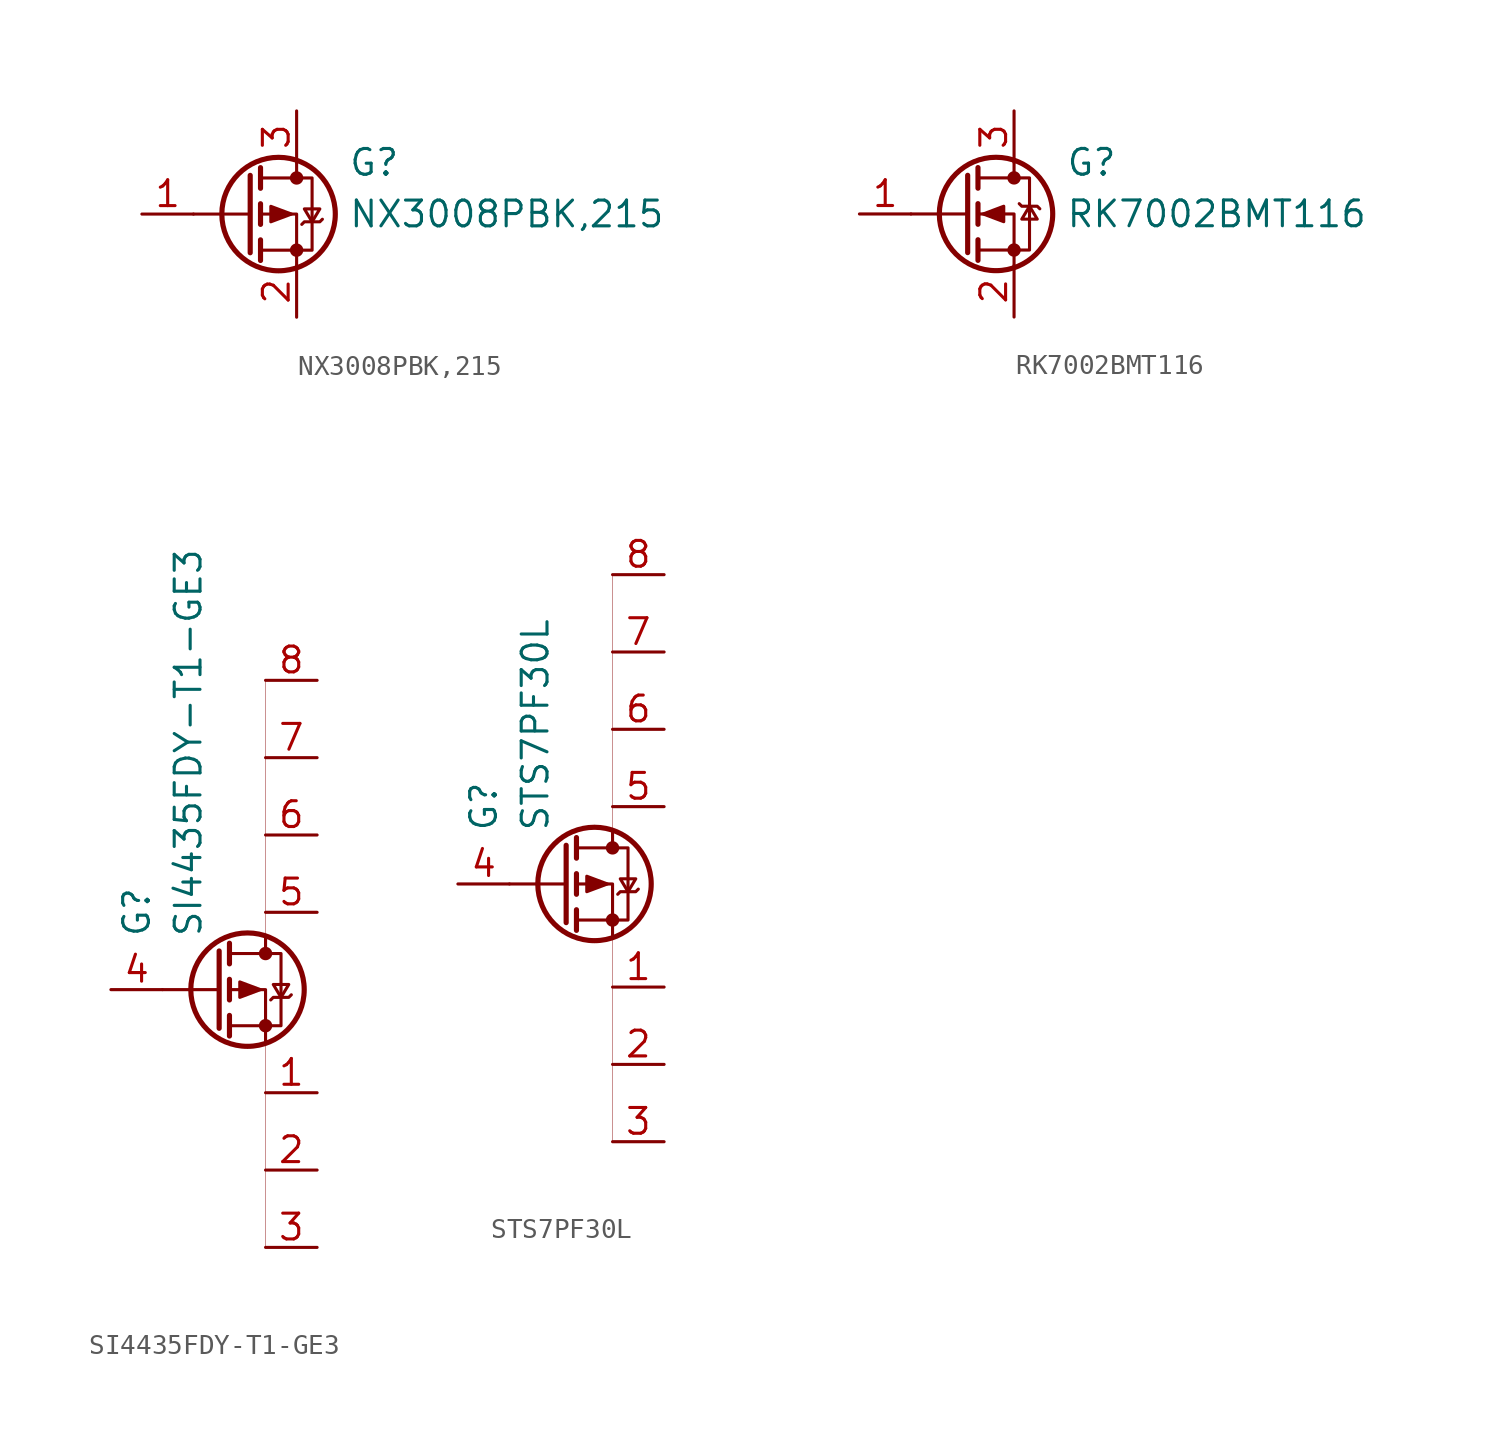
<source format=kicad_sym>
(kicad_symbol_lib
  (version 20210619)
  (generator kicad_symbol_editor)
  (symbol "Transistor_FET_custom:NX3008PBK,215"
    (property "Reference" "G"
      (at 2.54 2.54 0)
      (effects (font (size 1.27 1.27)) (justify left)))
    (property "Value" "NX3008PBK,215"
      (at 2.54 0 0)
      (effects (font (size 1.27 1.27)) (justify left)))
    (symbol "NX3008PBK,215_0_1"
      (circle (center -0.889 0) (radius 2.794) (stroke (width 0.254)) (fill (type none)))
      (circle (center 0 -1.778) (radius 0.254) (stroke (width 0)) (fill (type outline)))
      (circle (center 0 1.778) (radius 0.254) (stroke (width 0)) (fill (type outline)))
      (polyline (pts (xy -2.286 0) (xy -5.08 0)) (stroke (width 0)) (fill (type none)))
      (polyline (pts (xy -2.286 1.905) (xy -2.286 -1.905)) (stroke (width 0.254)) (fill (type none)))
      (polyline (pts (xy -1.778 -1.27) (xy -1.778 -2.286)) (stroke (width 0.254)) (fill (type none)))
      (polyline (pts (xy -1.778 0.508) (xy -1.778 -0.508)) (stroke (width 0.254)) (fill (type none)))
      (polyline (pts (xy -1.778 2.286) (xy -1.778 1.27)) (stroke (width 0.254)) (fill (type none)))
      (polyline (pts (xy 0 2.54) (xy 0 1.778)) (stroke (width 0)) (fill (type none)))
      (polyline (pts (xy 0 -2.54) (xy 0 0) (xy -1.778 0)) (stroke (width 0)) (fill (type none)))
      (polyline (pts (xy -1.778 1.778) (xy 0.762 1.778) (xy 0.762 -1.778) (xy -1.778 -1.778)) (stroke (width 0)) (fill (type none)))
      (polyline (pts (xy 0.254 -0.508) (xy 0.381 -0.381) (xy 1.143 -0.381) (xy 1.27 -0.254)) (stroke (width 0)) (fill (type none)))
      (polyline (pts (xy 0.762 -0.381) (xy 0.381 0.254) (xy 1.143 0.254) (xy 0.762 -0.381)) (stroke (width 0)) (fill (type none)))
      (polyline (pts (xy -0.254 0) (xy -1.27 0.381) (xy -1.27 -0.381) (xy -0.254 0)) (stroke (width 0)) (fill (type outline))))
    (symbol "NX3008PBK,215_1_1"
      (pin input line (at -7.62 0 0) (length 2.54) (name "" (effects (font (size 1.27 1.27)))) (number "1" (effects (font (size 1.27 1.27)))))
      (pin passive line (at 0 -5.08 90) (length 2.54) (name "" (effects (font (size 1.27 1.27)))) (number "2" (effects (font (size 1.27 1.27)))))
      (pin passive line (at 0 5.08 270) (length 2.54) (name "" (effects (font (size 1.27 1.27)))) (number "3" (effects (font (size 1.27 1.27)))))))
  (symbol "Transistor_FET_custom:RK7002BMT116"
    (property "Reference" "G"
      (at 2.54 2.54 0)
      (effects (font (size 1.27 1.27)) (justify left)))
    (property "Value" "RK7002BMT116"
      (at 2.54 0 0)
      (effects (font (size 1.27 1.27)) (justify left)))
    (symbol "RK7002BMT116_0_1"
      (circle (center -0.889 0) (radius 2.794) (stroke (width 0.254)) (fill (type none)))
      (circle (center 0 -1.778) (radius 0.254) (stroke (width 0)) (fill (type outline)))
      (circle (center 0 1.778) (radius 0.254) (stroke (width 0)) (fill (type outline)))
      (polyline (pts (xy -2.286 0) (xy -5.08 0)) (stroke (width 0)) (fill (type none)))
      (polyline (pts (xy -2.286 1.905) (xy -2.286 -1.905)) (stroke (width 0.254)) (fill (type none)))
      (polyline (pts (xy -1.778 -1.27) (xy -1.778 -2.286)) (stroke (width 0.254)) (fill (type none)))
      (polyline (pts (xy -1.778 0.508) (xy -1.778 -0.508)) (stroke (width 0.254)) (fill (type none)))
      (polyline (pts (xy -1.778 2.286) (xy -1.778 1.27)) (stroke (width 0.254)) (fill (type none)))
      (polyline (pts (xy 0 2.54) (xy 0 1.778)) (stroke (width 0)) (fill (type none)))
      (polyline (pts (xy 0 -2.54) (xy 0 0) (xy -1.778 0)) (stroke (width 0)) (fill (type none)))
      (polyline (pts (xy -1.778 -1.778) (xy 0.762 -1.778) (xy 0.762 1.778) (xy -1.778 1.778)) (stroke (width 0)) (fill (type none)))
      (polyline (pts (xy 0.254 0.508) (xy 0.381 0.381) (xy 1.143 0.381) (xy 1.27 0.254)) (stroke (width 0)) (fill (type none)))
      (polyline (pts (xy 0.762 0.381) (xy 0.381 -0.254) (xy 1.143 -0.254) (xy 0.762 0.381)) (stroke (width 0)) (fill (type none)))
      (polyline (pts (xy -1.524 0) (xy -0.508 0.381) (xy -0.508 -0.381) (xy -1.524 0)) (stroke (width 0)) (fill (type outline))))
    (symbol "RK7002BMT116_1_1"
      (pin input line (at -7.62 0 0) (length 2.54) (name "" (effects (font (size 1.27 1.27)))) (number "1" (effects (font (size 1.27 1.27)))))
      (pin passive line (at 0 -5.08 90) (length 2.54) (name "" (effects (font (size 1.27 1.27)))) (number "2" (effects (font (size 1.27 1.27)))))
      (pin passive line (at 0 5.08 270) (length 2.54) (name "" (effects (font (size 1.27 1.27)))) (number "3" (effects (font (size 1.27 1.27)))))))
  (symbol "Transistor_FET_custom:SI4435FDY-T1-GE3"
    (property "Reference" "G"
      (at -6.35 5.08 90)
      (effects (font (size 1.27 1.27)) (justify left)))
    (property "Value" "SI4435FDY-T1-GE3"
      (at -3.81 5.08 90)
      (effects (font (size 1.27 1.27)) (justify left)))
    (symbol "SI4435FDY-T1-GE3_0_1"
      (circle (center -0.889 2.54) (radius 2.794) (stroke (width 0.254)) (fill (type none)))
      (circle (center 0 0.762) (radius 0.254) (stroke (width 0)) (fill (type outline)))
      (circle (center 0 4.318) (radius 0.254) (stroke (width 0)) (fill (type outline)))
      (polyline (pts (xy -2.286 2.54) (xy -5.08 2.54)) (stroke (width 0)) (fill (type none)))
      (polyline (pts (xy -2.286 4.445) (xy -2.286 0.635)) (stroke (width 0.254)) (fill (type none)))
      (polyline (pts (xy -1.778 1.27) (xy -1.778 0.254)) (stroke (width 0.254)) (fill (type none)))
      (polyline (pts (xy -1.778 3.048) (xy -1.778 2.032)) (stroke (width 0.254)) (fill (type none)))
      (polyline (pts (xy -1.778 4.826) (xy -1.778 3.81)) (stroke (width 0.254)) (fill (type none)))
      (polyline (pts (xy 0 -10.16) (xy 0 0)) (stroke (width 0.001)) (fill (type none)))
      (polyline (pts (xy 0 5.08) (xy 0 4.318)) (stroke (width 0)) (fill (type none)))
      (polyline (pts (xy 0 5.08) (xy 0 17.78)) (stroke (width 0.001)) (fill (type none)))
      (polyline (pts (xy 0 0) (xy 0 2.54) (xy -1.778 2.54)) (stroke (width 0)) (fill (type none)))
      (polyline (pts (xy -1.778 4.318) (xy 0.762 4.318) (xy 0.762 0.762) (xy -1.778 0.762)) (stroke (width 0)) (fill (type none)))
      (polyline (pts (xy 0.254 2.032) (xy 0.381 2.159) (xy 1.143 2.159) (xy 1.27 2.286)) (stroke (width 0)) (fill (type none)))
      (polyline (pts (xy 0.762 2.159) (xy 0.381 2.794) (xy 1.143 2.794) (xy 0.762 2.159)) (stroke (width 0)) (fill (type none)))
      (polyline (pts (xy -0.254 2.54) (xy -1.27 2.921) (xy -1.27 2.159) (xy -0.254 2.54)) (stroke (width 0)) (fill (type outline))))
    (symbol "SI4435FDY-T1-GE3_1_1"
      (pin passive line (at 2.54 -2.54 180) (length 2.54) (name "" (effects (font (size 1.27 1.27)))) (number "1" (effects (font (size 1.27 1.27)))))
      (pin passive line (at 2.54 -6.35 180) (length 2.54) (name "" (effects (font (size 1.27 1.27)))) (number "2" (effects (font (size 1.27 1.27)))))
      (pin passive line (at 2.54 -10.16 180) (length 2.54) (name "" (effects (font (size 1.27 1.27)))) (number "3" (effects (font (size 1.27 1.27)))))
      (pin passive line (at -7.62 2.54 0) (length 2.54) (name "" (effects (font (size 1.27 1.27)))) (number "4" (effects (font (size 1.27 1.27)))))
      (pin passive line (at 2.54 6.35 180) (length 2.54) (name "" (effects (font (size 1.27 1.27)))) (number "5" (effects (font (size 1.27 1.27)))))
      (pin passive line (at 2.54 10.16 180) (length 2.54) (name "" (effects (font (size 1.27 1.27)))) (number "6" (effects (font (size 1.27 1.27)))))
      (pin passive line (at 2.54 13.97 180) (length 2.54) (name "" (effects (font (size 1.27 1.27)))) (number "7" (effects (font (size 1.27 1.27)))))
      (pin passive line (at 2.54 17.78 180) (length 2.54) (name "" (effects (font (size 1.27 1.27)))) (number "8" (effects (font (size 1.27 1.27)))))))
  (symbol "Transistor_FET_custom:STS7PF30L"
    (property "Reference" "G"
      (at -6.35 5.08 90)
      (effects (font (size 1.27 1.27)) (justify left)))
    (property "Value" "STS7PF30L"
      (at -3.81 5.08 90)
      (effects (font (size 1.27 1.27)) (justify left)))
    (symbol "STS7PF30L_0_1"
      (circle (center -0.889 2.54) (radius 2.794) (stroke (width 0.254)) (fill (type none)))
      (circle (center 0 0.762) (radius 0.254) (stroke (width 0)) (fill (type outline)))
      (circle (center 0 4.318) (radius 0.254) (stroke (width 0)) (fill (type outline)))
      (polyline (pts (xy -2.286 2.54) (xy -5.08 2.54)) (stroke (width 0)) (fill (type none)))
      (polyline (pts (xy -2.286 4.445) (xy -2.286 0.635)) (stroke (width 0.254)) (fill (type none)))
      (polyline (pts (xy -1.778 1.27) (xy -1.778 0.254)) (stroke (width 0.254)) (fill (type none)))
      (polyline (pts (xy -1.778 3.048) (xy -1.778 2.032)) (stroke (width 0.254)) (fill (type none)))
      (polyline (pts (xy -1.778 4.826) (xy -1.778 3.81)) (stroke (width 0.254)) (fill (type none)))
      (polyline (pts (xy 0 -10.16) (xy 0 0)) (stroke (width 0.001)) (fill (type none)))
      (polyline (pts (xy 0 5.08) (xy 0 4.318)) (stroke (width 0)) (fill (type none)))
      (polyline (pts (xy 0 5.08) (xy 0 17.78)) (stroke (width 0.001)) (fill (type none)))
      (polyline (pts (xy 0 0) (xy 0 2.54) (xy -1.778 2.54)) (stroke (width 0)) (fill (type none)))
      (polyline (pts (xy -1.778 4.318) (xy 0.762 4.318) (xy 0.762 0.762) (xy -1.778 0.762)) (stroke (width 0)) (fill (type none)))
      (polyline (pts (xy 0.254 2.032) (xy 0.381 2.159) (xy 1.143 2.159) (xy 1.27 2.286)) (stroke (width 0)) (fill (type none)))
      (polyline (pts (xy 0.762 2.159) (xy 0.381 2.794) (xy 1.143 2.794) (xy 0.762 2.159)) (stroke (width 0)) (fill (type none)))
      (polyline (pts (xy -0.254 2.54) (xy -1.27 2.921) (xy -1.27 2.159) (xy -0.254 2.54)) (stroke (width 0)) (fill (type outline))))
    (symbol "STS7PF30L_1_1"
      (pin passive line (at 2.54 -2.54 180) (length 2.54) (name "" (effects (font (size 1.27 1.27)))) (number "1" (effects (font (size 1.27 1.27)))))
      (pin passive line (at 2.54 -6.35 180) (length 2.54) (name "" (effects (font (size 1.27 1.27)))) (number "2" (effects (font (size 1.27 1.27)))))
      (pin passive line (at 2.54 -10.16 180) (length 2.54) (name "" (effects (font (size 1.27 1.27)))) (number "3" (effects (font (size 1.27 1.27)))))
      (pin passive line (at -7.62 2.54 0) (length 2.54) (name "" (effects (font (size 1.27 1.27)))) (number "4" (effects (font (size 1.27 1.27)))))
      (pin passive line (at 2.54 6.35 180) (length 2.54) (name "" (effects (font (size 1.27 1.27)))) (number "5" (effects (font (size 1.27 1.27)))))
      (pin passive line (at 2.54 10.16 180) (length 2.54) (name "" (effects (font (size 1.27 1.27)))) (number "6" (effects (font (size 1.27 1.27)))))
      (pin passive line (at 2.54 13.97 180) (length 2.54) (name "" (effects (font (size 1.27 1.27)))) (number "7" (effects (font (size 1.27 1.27)))))
      (pin passive line (at 2.54 17.78 180) (length 2.54) (name "" (effects (font (size 1.27 1.27)))) (number "8" (effects (font (size 1.27 1.27))))))))
</source>
